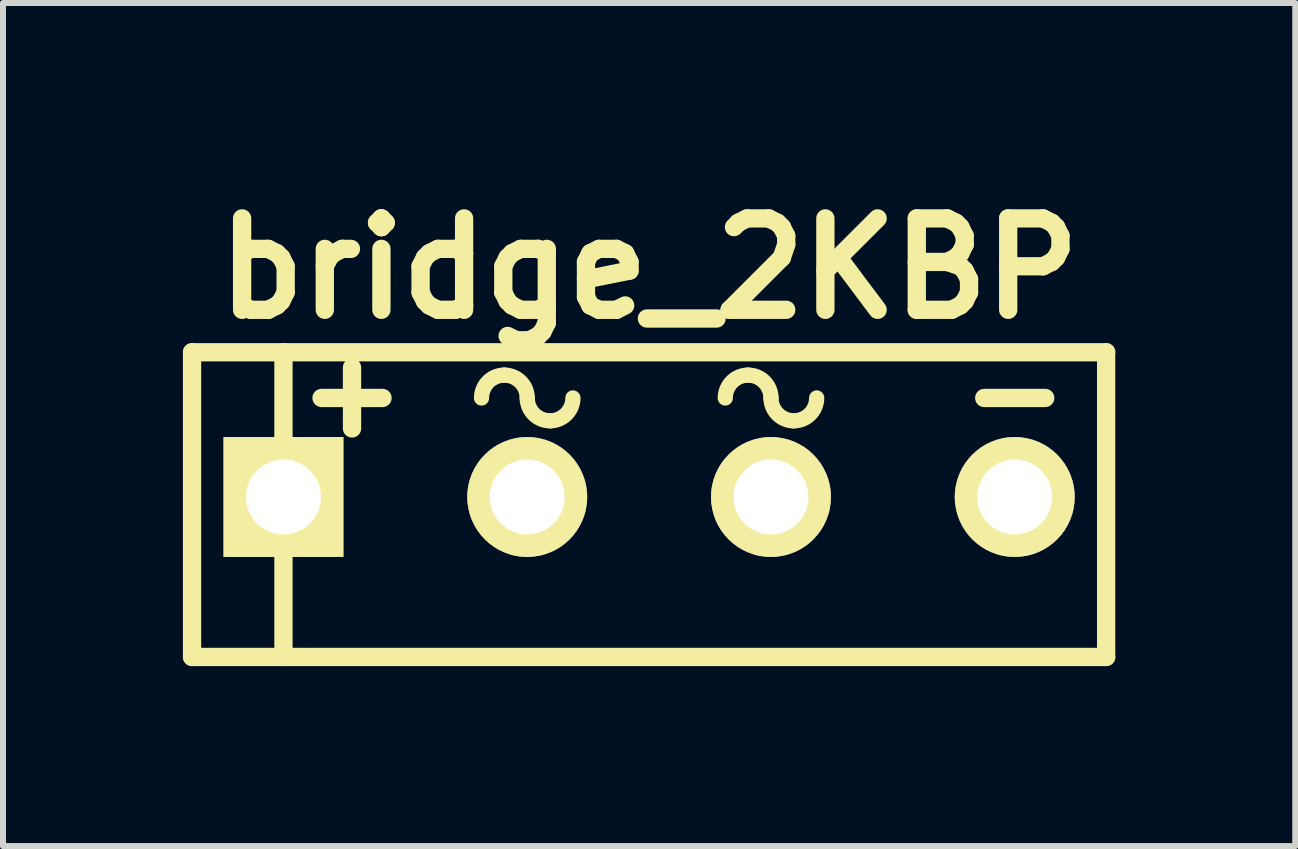
<source format=kicad_pcb>
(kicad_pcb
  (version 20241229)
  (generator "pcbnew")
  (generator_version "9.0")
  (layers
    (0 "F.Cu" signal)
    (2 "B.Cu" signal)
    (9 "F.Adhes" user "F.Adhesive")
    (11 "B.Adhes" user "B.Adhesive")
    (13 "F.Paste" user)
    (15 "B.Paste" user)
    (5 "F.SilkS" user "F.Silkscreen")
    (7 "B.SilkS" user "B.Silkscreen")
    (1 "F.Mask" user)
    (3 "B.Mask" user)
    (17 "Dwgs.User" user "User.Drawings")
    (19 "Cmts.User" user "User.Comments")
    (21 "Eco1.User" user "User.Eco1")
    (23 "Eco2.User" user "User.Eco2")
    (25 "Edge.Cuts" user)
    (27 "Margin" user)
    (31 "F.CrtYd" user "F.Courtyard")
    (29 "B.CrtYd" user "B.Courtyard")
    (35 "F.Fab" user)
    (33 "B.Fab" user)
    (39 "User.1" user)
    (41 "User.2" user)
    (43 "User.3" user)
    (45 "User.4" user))
  (footprint "bridge_2KBP"
    (layer "F.Cu")
    (at 7.772 5.236)
    (property "Reference" "bridge_2KBP" (at 0 -3.81 0) (layer "F.SilkS") (effects (font (size 1.524 1.524) (thickness 0.305))))
    (attr through_hole)
    (fp_line (start -7.62 -2.413) (end 7.62 -2.413) (stroke (width 0.305) (type solid)) (layer "F.SilkS"))
    (fp_line (start -7.62 2.667) (end -7.62 -2.413) (stroke (width 0.305) (type solid)) (layer "F.SilkS"))
    (fp_line (start -6.096 -2.413) (end -6.096 2.667) (stroke (width 0.305) (type solid)) (layer "F.SilkS"))
    (fp_line (start -4.953 -2.159) (end -4.953 -1.143) (stroke (width 0.305) (type solid)) (layer "F.SilkS"))
    (fp_line (start -4.445 -1.651) (end -5.461 -1.651) (stroke (width 0.305) (type solid)) (layer "F.SilkS"))
    (fp_line (start 6.604 -1.651) (end 5.588 -1.651) (stroke (width 0.305) (type solid)) (layer "F.SilkS"))
    (fp_line (start 7.62 -2.413) (end 7.62 2.667) (stroke (width 0.305) (type solid)) (layer "F.SilkS"))
    (fp_line (start 7.62 2.667) (end -7.62 2.667) (stroke (width 0.305) (type solid)) (layer "F.SilkS"))
    (fp_arc (start -2.794 -1.651) (mid -2.682408 -1.920408) (end -2.413 -2.032) (stroke (width 0.254) (type solid)) (layer "F.SilkS"))
    (fp_arc (start -2.413 -2.032) (mid -2.143592 -1.920408) (end -2.032 -1.651) (stroke (width 0.254) (type solid)) (layer "F.SilkS"))
    (fp_arc (start -1.651 -1.27) (mid -1.920408 -1.381592) (end -2.032 -1.651) (stroke (width 0.254) (type solid)) (layer "F.SilkS"))
    (fp_arc (start -1.27 -1.651) (mid -1.381592 -1.381592) (end -1.651 -1.27) (stroke (width 0.254) (type solid)) (layer "F.SilkS"))
    (fp_arc (start 1.27 -1.651) (mid 1.381592 -1.920408) (end 1.651 -2.032) (stroke (width 0.254) (type solid)) (layer "F.SilkS"))
    (fp_arc (start 1.651 -2.032) (mid 1.920408 -1.920408) (end 2.032 -1.651) (stroke (width 0.254) (type solid)) (layer "F.SilkS"))
    (fp_arc (start 2.413 -1.27) (mid 2.143592 -1.381592) (end 2.032 -1.651) (stroke (width 0.254) (type solid)) (layer "F.SilkS"))
    (fp_arc (start 2.794 -1.651) (mid 2.682408 -1.381592) (end 2.413 -1.27) (stroke (width 0.254) (type solid)) (layer "F.SilkS"))
    (pad "1" thru_hole rect (at -6.096 0) (size 1.999 1.999) (drill 1.25) (layers "*.Cu" "*.Mask" "F.SilkS"))
    (pad "2" thru_hole circle (at -2.032 0) (size 1.999 1.999) (drill 1.25) (layers "*.Cu" "*.Mask" "F.SilkS"))
    (pad "3" thru_hole circle (at 2.032 0) (size 1.999 1.999) (drill 1.25) (layers "*.Cu" "*.Mask" "F.SilkS"))
    (pad "4" thru_hole circle (at 6.096 0) (size 1.999 1.999) (drill 1.25) (layers "*.Cu" "*.Mask" "F.SilkS")))
  (gr_rect
    (start -3 -3)
    (end 18.545 11.056)
    (stroke (width 0.1) (type default))
    (fill no)
    (layer "Edge.Cuts")))
</source>
